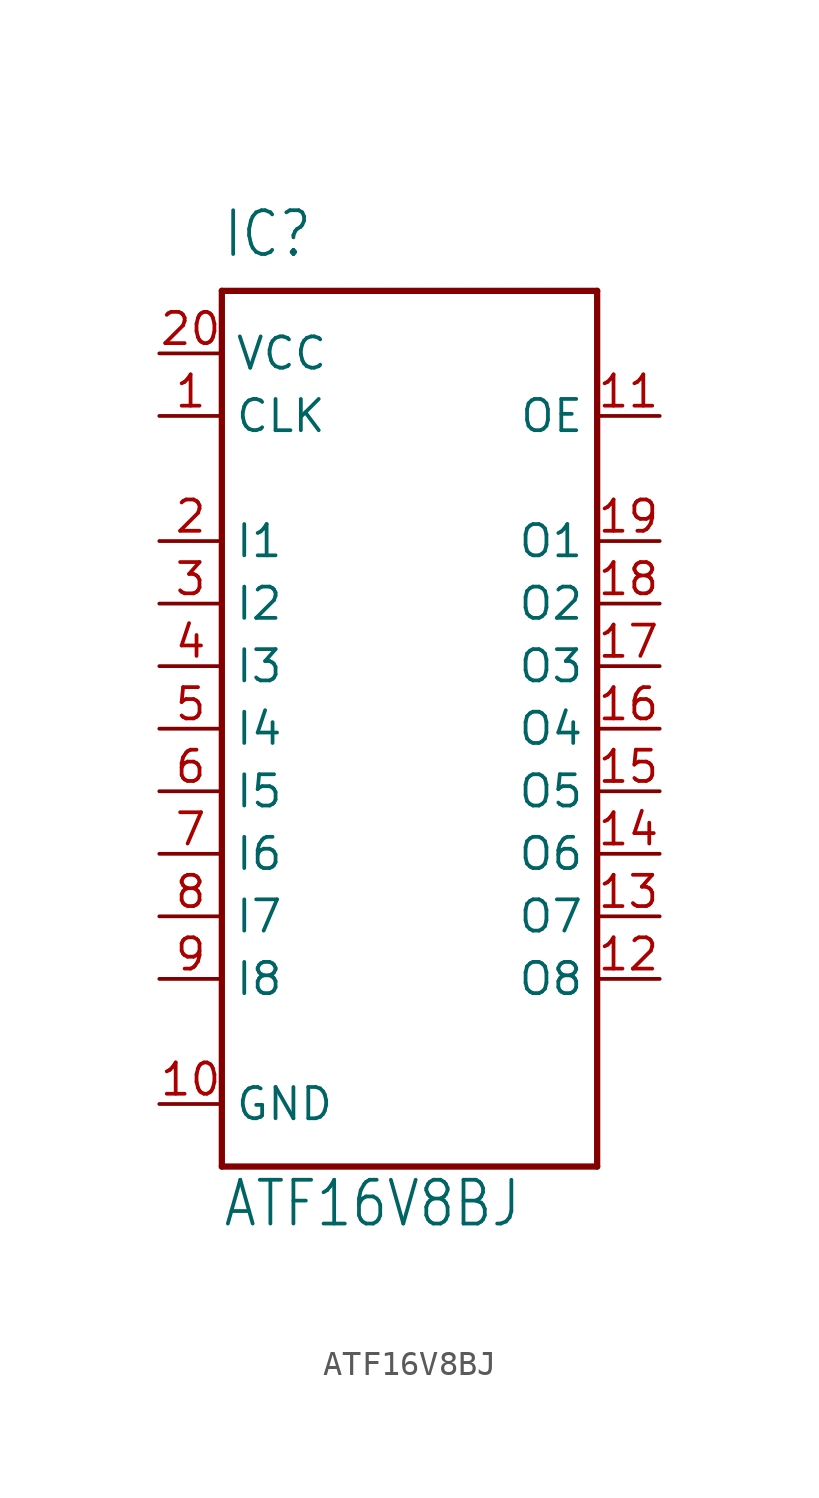
<source format=kicad_sym>
(kicad_symbol_lib
  (version 20211014)
  (generator kicad_symbol_editor)
  (symbol "ATF16V8BJ"
    (property "Reference" "IC"
      (at -7.62 19.05 0)
      (effects (font (size 1.778 1.511)) (justify left bottom)))
    (property "Value" "ATF16V8BJ"
      (at -7.62 -20.32 0)
      (effects (font (size 1.778 1.511)) (justify left bottom)))
    (property "ki_locked" ""
      (at 0 0 0)
      (effects (font (size 1.27 1.27))))
    (symbol "ATF16V8BJ_1_0"
      (polyline (pts (xy -7.62 -17.78) (xy -7.62 17.78)) (stroke (width 0.254) (type default) (color 0 0 0 0)) (fill (type none)))
      (polyline (pts (xy -7.62 17.78) (xy 7.62 17.78)) (stroke (width 0.254) (type default) (color 0 0 0 0)) (fill (type none)))
      (polyline (pts (xy 7.62 -17.78) (xy -7.62 -17.78)) (stroke (width 0.254) (type default) (color 0 0 0 0)) (fill (type none)))
      (polyline (pts (xy 7.62 17.78) (xy 7.62 -17.78)) (stroke (width 0.254) (type default) (color 0 0 0 0)) (fill (type none)))
      (pin input line (at -10.16 12.7 0) (length 2.54) (name "CLK" (effects (font (size 1.27 1.27)))) (number "1" (effects (font (size 1.27 1.27)))))
      (pin power_in line (at -10.16 -15.24 0) (length 2.54) (name "GND" (effects (font (size 1.27 1.27)))) (number "10" (effects (font (size 1.27 1.27)))))
      (pin input line (at 10.16 12.7 180) (length 2.54) (name "OE" (effects (font (size 1.27 1.27)))) (number "11" (effects (font (size 1.27 1.27)))))
      (pin output line (at 10.16 -10.16 180) (length 2.54) (name "O8" (effects (font (size 1.27 1.27)))) (number "12" (effects (font (size 1.27 1.27)))))
      (pin output line (at 10.16 -7.62 180) (length 2.54) (name "O7" (effects (font (size 1.27 1.27)))) (number "13" (effects (font (size 1.27 1.27)))))
      (pin output line (at 10.16 -5.08 180) (length 2.54) (name "O6" (effects (font (size 1.27 1.27)))) (number "14" (effects (font (size 1.27 1.27)))))
      (pin output line (at 10.16 -2.54 180) (length 2.54) (name "O5" (effects (font (size 1.27 1.27)))) (number "15" (effects (font (size 1.27 1.27)))))
      (pin output line (at 10.16 0 180) (length 2.54) (name "O4" (effects (font (size 1.27 1.27)))) (number "16" (effects (font (size 1.27 1.27)))))
      (pin output line (at 10.16 2.54 180) (length 2.54) (name "O3" (effects (font (size 1.27 1.27)))) (number "17" (effects (font (size 1.27 1.27)))))
      (pin output line (at 10.16 5.08 180) (length 2.54) (name "O2" (effects (font (size 1.27 1.27)))) (number "18" (effects (font (size 1.27 1.27)))))
      (pin output line (at 10.16 7.62 180) (length 2.54) (name "O1" (effects (font (size 1.27 1.27)))) (number "19" (effects (font (size 1.27 1.27)))))
      (pin input line (at -10.16 7.62 0) (length 2.54) (name "I1" (effects (font (size 1.27 1.27)))) (number "2" (effects (font (size 1.27 1.27)))))
      (pin power_in line (at -10.16 15.24 0) (length 2.54) (name "VCC" (effects (font (size 1.27 1.27)))) (number "20" (effects (font (size 1.27 1.27)))))
      (pin input line (at -10.16 5.08 0) (length 2.54) (name "I2" (effects (font (size 1.27 1.27)))) (number "3" (effects (font (size 1.27 1.27)))))
      (pin input line (at -10.16 2.54 0) (length 2.54) (name "I3" (effects (font (size 1.27 1.27)))) (number "4" (effects (font (size 1.27 1.27)))))
      (pin input line (at -10.16 0 0) (length 2.54) (name "I4" (effects (font (size 1.27 1.27)))) (number "5" (effects (font (size 1.27 1.27)))))
      (pin input line (at -10.16 -2.54 0) (length 2.54) (name "I5" (effects (font (size 1.27 1.27)))) (number "6" (effects (font (size 1.27 1.27)))))
      (pin input line (at -10.16 -5.08 0) (length 2.54) (name "I6" (effects (font (size 1.27 1.27)))) (number "7" (effects (font (size 1.27 1.27)))))
      (pin input line (at -10.16 -7.62 0) (length 2.54) (name "I7" (effects (font (size 1.27 1.27)))) (number "8" (effects (font (size 1.27 1.27)))))
      (pin input line (at -10.16 -10.16 0) (length 2.54) (name "I8" (effects (font (size 1.27 1.27)))) (number "9" (effects (font (size 1.27 1.27))))))))
</source>
